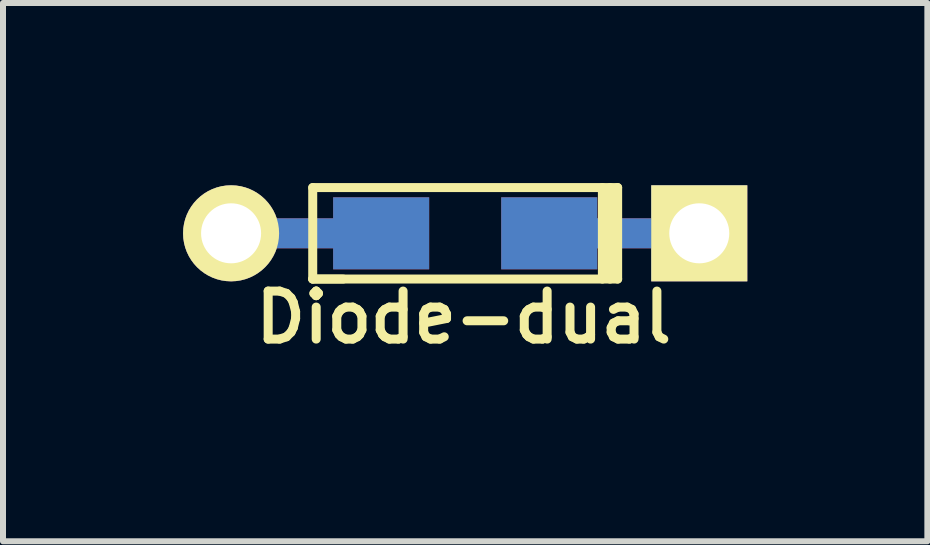
<source format=kicad_pcb>
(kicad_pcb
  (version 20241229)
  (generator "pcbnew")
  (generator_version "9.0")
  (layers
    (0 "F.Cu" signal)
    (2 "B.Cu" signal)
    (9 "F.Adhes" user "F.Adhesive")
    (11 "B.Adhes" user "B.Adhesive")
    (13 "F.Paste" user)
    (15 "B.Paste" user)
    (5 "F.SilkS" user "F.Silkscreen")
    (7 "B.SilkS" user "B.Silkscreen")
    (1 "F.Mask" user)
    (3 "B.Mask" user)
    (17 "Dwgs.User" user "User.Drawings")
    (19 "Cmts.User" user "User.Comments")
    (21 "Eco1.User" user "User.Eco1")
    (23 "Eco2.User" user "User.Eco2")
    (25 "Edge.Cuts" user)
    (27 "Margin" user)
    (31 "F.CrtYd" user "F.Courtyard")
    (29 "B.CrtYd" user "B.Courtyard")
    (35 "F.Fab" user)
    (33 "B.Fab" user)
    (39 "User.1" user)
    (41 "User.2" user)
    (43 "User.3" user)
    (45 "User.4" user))
  (footprint "Diode-dual"
    (layer "F.Cu")
    (at 4.7 0.837)
    (property "Reference" "Diode-dual" (at -0.025 1.4 180) (layer "F.SilkS") (effects (font (size 0.8 0.8) (thickness 0.15))))
    (attr smd)
    (fp_line (start -2.54 -0.762) (end -2.54 0.762) (stroke (width 0.15) (type solid)) (layer "F.SilkS"))
    (fp_line (start -2.54 0.762) (end -2.032 0.762) (stroke (width 0.15) (type solid)) (layer "F.SilkS"))
    (fp_line (start -2.54 0.762) (end 2.54 0.762) (stroke (width 0.15) (type solid)) (layer "F.SilkS"))
    (fp_line (start 2.286 -0.762) (end 2.286 0.762) (stroke (width 0.15) (type solid)) (layer "F.SilkS"))
    (fp_line (start 2.413 0.762) (end 2.413 -0.762) (stroke (width 0.15) (type solid)) (layer "F.SilkS"))
    (fp_line (start 2.54 -0.762) (end -2.54 -0.762) (stroke (width 0.15) (type solid)) (layer "F.SilkS"))
    (fp_line (start 2.54 0.762) (end 2.54 -0.762) (stroke (width 0.15) (type solid)) (layer "F.SilkS"))
    (pad "1" smd rect (at 1.4 0) (size 1.6 1.2) (layers "F.Cu" "F.Mask" "F.Paste"))
    (pad "1" smd rect (at 1.4 0) (size 1.6 1.2) (layers "B.Cu" "B.Mask" "B.Paste"))
    (pad "1" smd rect (at 2.5 0) (size 2.9 0.5) (layers "F.Cu"))
    (pad "1" smd rect (at 2.5 0) (size 2.9 0.5) (layers "B.Cu"))
    (pad "1" thru_hole rect (at 3.9 0) (size 1.6 1.6) (drill 1) (layers "*.Cu" "*.Mask" "F.SilkS"))
    (pad "2" thru_hole circle (at -3.9 0) (size 1.6 1.6) (drill 1) (layers "*.Cu" "*.Mask" "F.SilkS"))
    (pad "2" smd rect (at -2.5 0) (size 2.9 0.5) (layers "F.Cu"))
    (pad "2" smd rect (at -2.5 0) (size 2.9 0.5) (layers "B.Cu"))
    (pad "2" smd rect (at -1.4 0) (size 1.6 1.2) (layers "F.Cu" "F.Mask" "F.Paste"))
    (pad "2" smd rect (at -1.4 0) (size 1.6 1.2) (layers "B.Cu" "B.Mask" "B.Paste")))
  (gr_rect
    (start -3 -3)
    (end 12.4 5.968)
    (stroke (width 0.1) (type default))
    (fill no)
    (layer "Edge.Cuts")))
</source>
